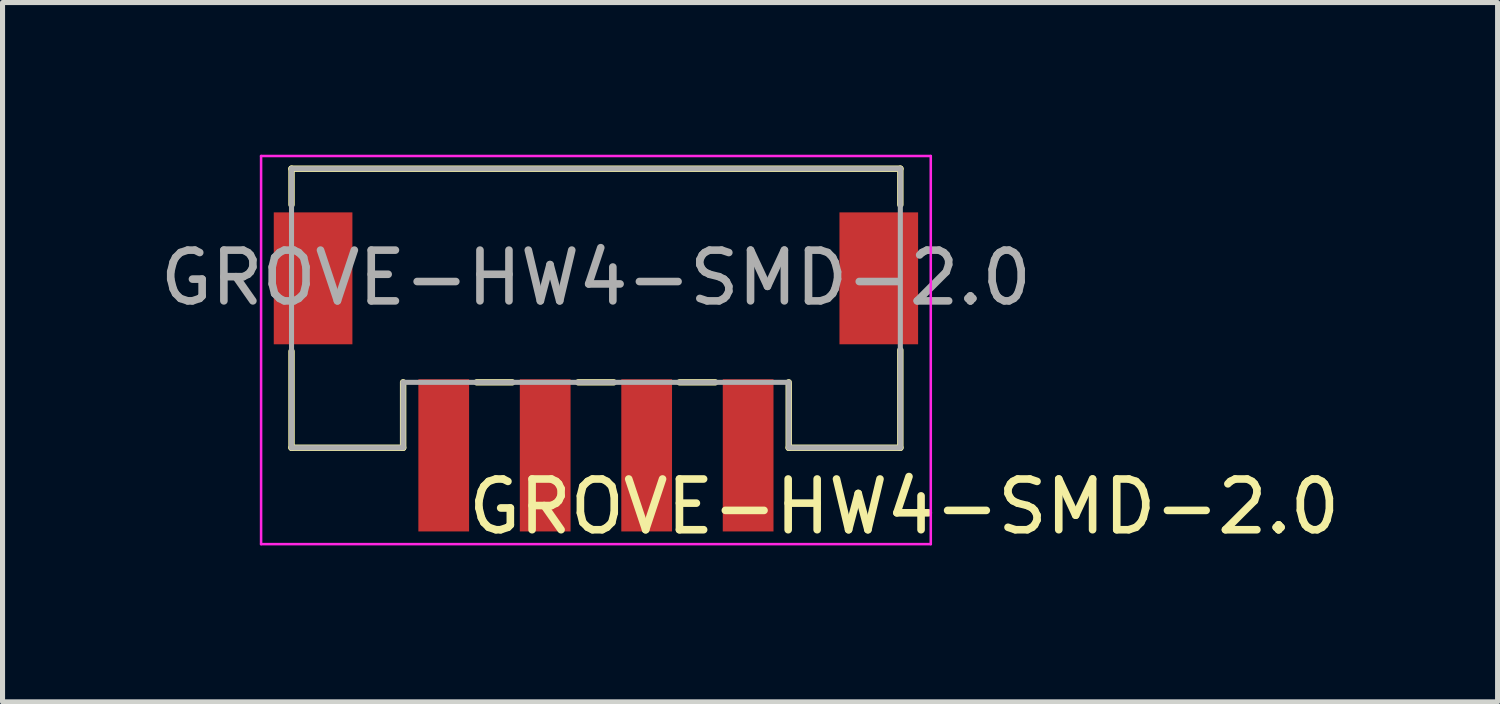
<source format=kicad_pcb>
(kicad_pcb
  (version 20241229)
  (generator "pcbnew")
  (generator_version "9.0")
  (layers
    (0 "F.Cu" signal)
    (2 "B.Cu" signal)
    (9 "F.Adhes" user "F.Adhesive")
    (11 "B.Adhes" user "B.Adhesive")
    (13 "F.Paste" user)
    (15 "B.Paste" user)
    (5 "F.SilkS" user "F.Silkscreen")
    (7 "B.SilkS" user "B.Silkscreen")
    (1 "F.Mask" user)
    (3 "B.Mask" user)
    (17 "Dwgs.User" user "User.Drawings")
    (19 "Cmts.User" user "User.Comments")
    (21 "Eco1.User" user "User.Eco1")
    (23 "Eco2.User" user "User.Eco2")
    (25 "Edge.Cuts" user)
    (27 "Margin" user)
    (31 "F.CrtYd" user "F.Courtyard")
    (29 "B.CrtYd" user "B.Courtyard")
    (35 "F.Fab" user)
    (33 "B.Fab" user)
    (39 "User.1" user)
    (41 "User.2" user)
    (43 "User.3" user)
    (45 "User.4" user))
  (footprint "GROVE-HW4-SMD-2.0"
    (layer "F.Cu")
    (at 8.696 2.425)
    (property "Reference" "GROVE-HW4-SMD-2.0" (at 6.075 4.511 0) (layer "F.SilkS") (effects (font (size 1 1) (thickness 0.15))))
    (attr smd)
    (fp_line (start -6 -2.15) (end -6 -1.44) (stroke (width 0.127) (type solid)) (layer "F.SilkS"))
    (fp_line (start -6 -2.15) (end 6 -2.15) (stroke (width 0.127) (type solid)) (layer "F.SilkS"))
    (fp_line (start -6 1.45) (end -6 3.35) (stroke (width 0.127) (type solid)) (layer "F.SilkS"))
    (fp_line (start -6 3.35) (end -3.8 3.35) (stroke (width 0.127) (type solid)) (layer "F.SilkS"))
    (fp_line (start -3.8 3.35) (end -3.8 2.06) (stroke (width 0.127) (type solid)) (layer "F.SilkS"))
    (fp_line (start -2.349 2.061) (end -1.65 2.061) (stroke (width 0.127) (type solid)) (layer "F.SilkS"))
    (fp_line (start -0.348 2.061) (end 0.35 2.061) (stroke (width 0.127) (type solid)) (layer "F.SilkS"))
    (fp_line (start 1.649 2.061) (end 2.35 2.061) (stroke (width 0.127) (type solid)) (layer "F.SilkS"))
    (fp_line (start 3.8 2.061) (end 3.8 3.35) (stroke (width 0.127) (type solid)) (layer "F.SilkS"))
    (fp_line (start 3.8 3.35) (end 6 3.35) (stroke (width 0.127) (type solid)) (layer "F.SilkS"))
    (fp_line (start 6 -2.15) (end 6 -1.44) (stroke (width 0.127) (type solid)) (layer "F.SilkS"))
    (fp_line (start 6 1.425) (end 6 3.35) (stroke (width 0.127) (type solid)) (layer "F.SilkS"))
    (fp_line (start -6.6 -2.4) (end -6.6 5.25) (stroke (width 0.05) (type solid)) (layer "F.CrtYd"))
    (fp_line (start -6.6 5.25) (end 6.6 5.25) (stroke (width 0.05) (type solid)) (layer "F.CrtYd"))
    (fp_line (start 6.6 -2.4) (end -6.6 -2.4) (stroke (width 0.05) (type solid)) (layer "F.CrtYd"))
    (fp_line (start 6.6 5.25) (end 6.6 -2.4) (stroke (width 0.05) (type solid)) (layer "F.CrtYd"))
    (fp_line (start -6 -2.15) (end -6 3.35) (stroke (width 0.1) (type solid)) (layer "F.Fab"))
    (fp_line (start -6 -2.15) (end 6 -2.15) (stroke (width 0.1) (type solid)) (layer "F.Fab"))
    (fp_line (start -6 3.35) (end -3.8 3.35) (stroke (width 0.1) (type solid)) (layer "F.Fab"))
    (fp_line (start -3.8 2.061) (end 3.8 2.061) (stroke (width 0.1) (type solid)) (layer "F.Fab"))
    (fp_line (start -3.8 3.35) (end -3.8 2.06) (stroke (width 0.1) (type solid)) (layer "F.Fab"))
    (fp_line (start 3.8 2.061) (end 3.8 3.35) (stroke (width 0.1) (type solid)) (layer "F.Fab"))
    (fp_line (start 3.8 3.35) (end 6 3.35) (stroke (width 0.1) (type solid)) (layer "F.Fab"))
    (fp_line (start 6 -2.15) (end 6 3.35) (stroke (width 0.1) (type solid)) (layer "F.Fab"))
    (fp_text user "${REFERENCE}" (at 0 0 0) (layer "F.Fab") (effects (font (size 1 1) (thickness 0.15))))
    (pad "1" smd rect (at -3 3.5 90) (size 3 1) (layers "F.Cu" "F.Mask" "F.Paste"))
    (pad "2" smd rect (at -1 3.5 90) (size 3 1) (layers "F.Cu" "F.Mask" "F.Paste"))
    (pad "3" smd rect (at 1 3.5 90) (size 3 1) (layers "F.Cu" "F.Mask" "F.Paste"))
    (pad "4" smd rect (at 3 3.5 90) (size 3 1) (layers "F.Cu" "F.Mask" "F.Paste"))
    (pad "5" smd rect (at -5.575 0.011 90) (size 2.6 1.55) (layers "F.Cu" "F.Mask" "F.Paste"))
    (pad "6" smd rect (at 5.575 0.011 90) (size 2.6 1.55) (layers "F.Cu" "F.Mask" "F.Paste")))
  (gr_rect
    (start -3 -3)
    (end 26.468 10.784)
    (stroke (width 0.1) (type default))
    (fill no)
    (layer "Edge.Cuts")))
</source>
